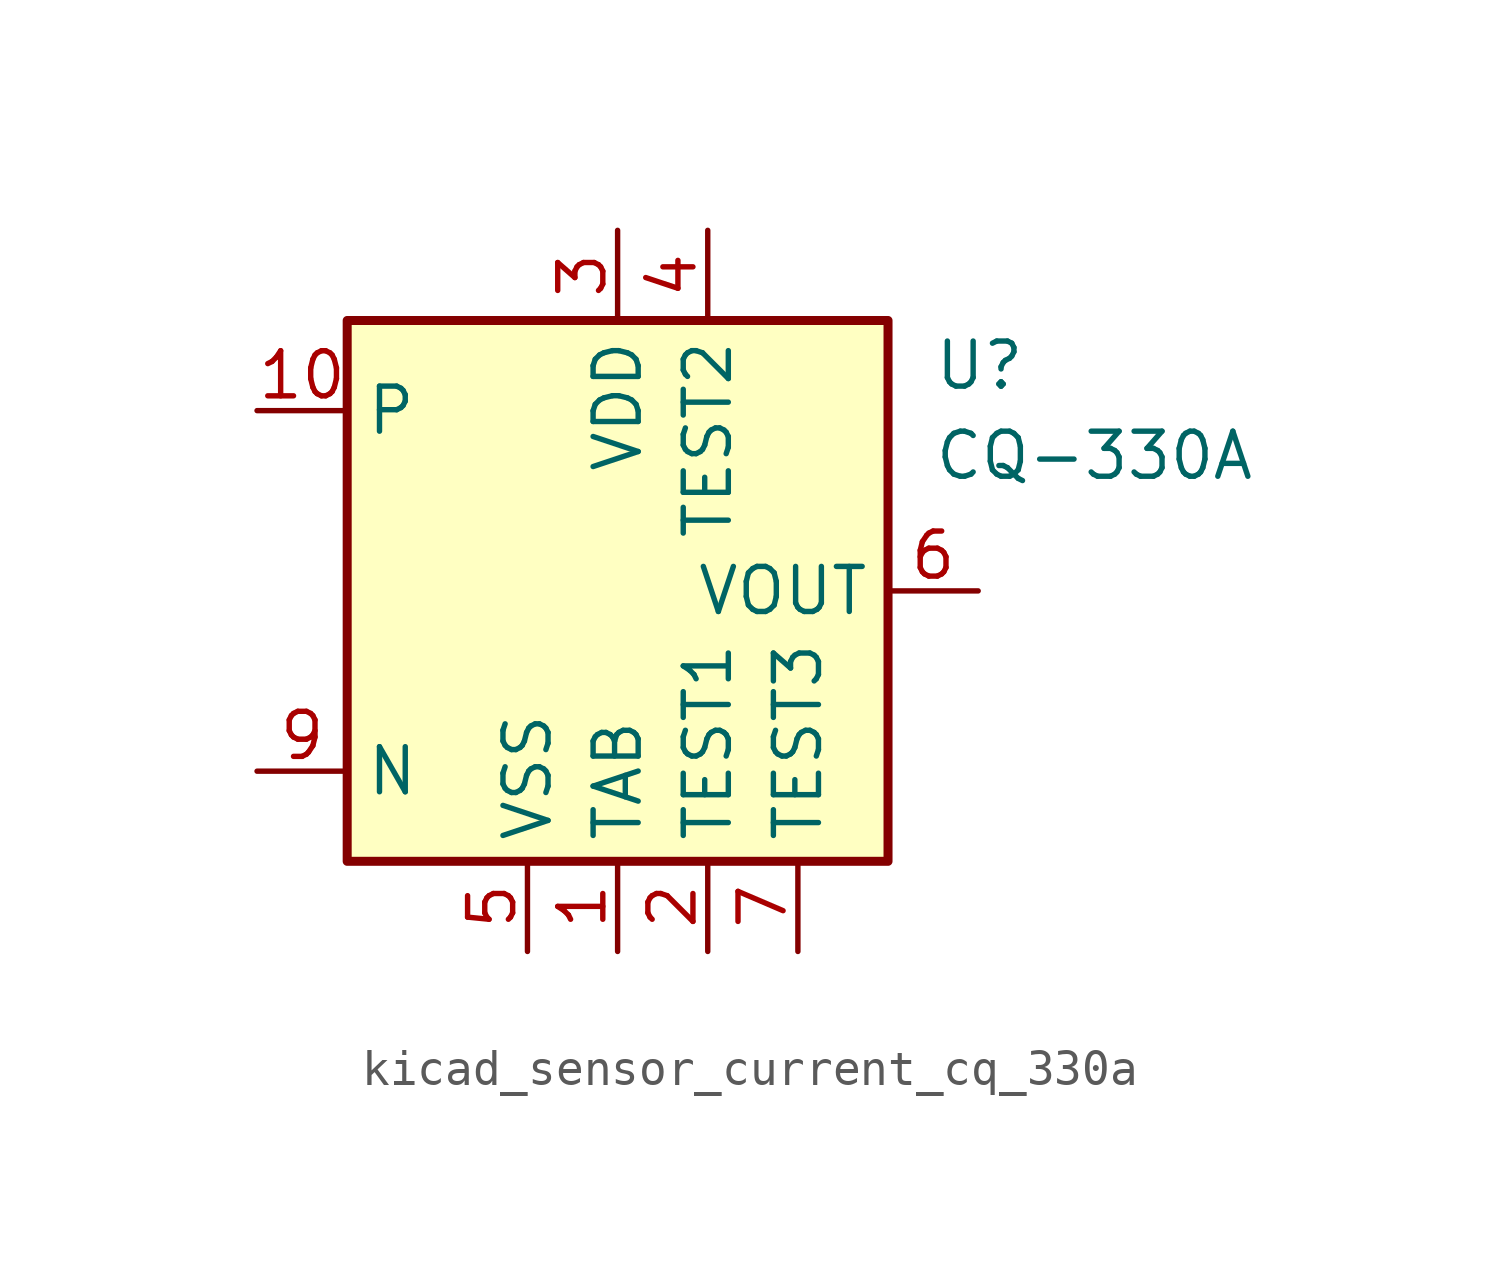
<source format=kicad_sym>
(kicad_symbol_lib
  (version 20220914)
  (generator kicad_symbol_editor)
  (symbol "kicad_sensor_current_cq_330a"
    (property "Reference" "U"
      (at 8.89 6.35 0)
      (effects (font (size 1.27 1.27)) (justify left)))
    (property "Value" "CQ-330A"
      (at 8.89 3.81 0)
      (effects (font (size 1.27 1.27)) (justify left)))
    (symbol "kicad_sensor_current_cq_330a_0_1"
      (rectangle (start -7.62 7.62) (end 7.62 -7.62) (stroke (width 0.254) (type default)) (fill (type background))))
    (symbol "kicad_sensor_current_cq_330a_1_1"
      (pin power_in line (at 0 -10.16 90) (length 2.54) (name "TAB" (effects (font (size 1.27 1.27)))) (number "1" (effects (font (size 1.27 1.27)))))
      (pin passive line (at -10.16 5.08 0) (length 2.54) (name "P" (effects (font (size 1.27 1.27)))) (number "10" (effects (font (size 1.27 1.27)))))
      (pin power_in line (at 2.54 -10.16 90) (length 2.54) (name "TEST1" (effects (font (size 1.27 1.27)))) (number "2" (effects (font (size 1.27 1.27)))))
      (pin power_in line (at 0 10.16 270) (length 2.54) (name "VDD" (effects (font (size 1.27 1.27)))) (number "3" (effects (font (size 1.27 1.27)))))
      (pin power_in line (at 2.54 10.16 270) (length 2.54) (name "TEST2" (effects (font (size 1.27 1.27)))) (number "4" (effects (font (size 1.27 1.27)))))
      (pin power_in line (at -2.54 -10.16 90) (length 2.54) (name "VSS" (effects (font (size 1.27 1.27)))) (number "5" (effects (font (size 1.27 1.27)))))
      (pin output line (at 10.16 0 180) (length 2.54) (name "VOUT" (effects (font (size 1.27 1.27)))) (number "6" (effects (font (size 1.27 1.27)))))
      (pin power_in line (at 5.08 -10.16 90) (length 2.54) (name "TEST3" (effects (font (size 1.27 1.27)))) (number "7" (effects (font (size 1.27 1.27)))))
      (pin passive line (at 0 -10.16 90) (length 2.54) hide (name "TAB" (effects (font (size 1.27 1.27)))) (number "8" (effects (font (size 1.27 1.27)))))
      (pin passive line (at -10.16 -5.08 0) (length 2.54) (name "N" (effects (font (size 1.27 1.27)))) (number "9" (effects (font (size 1.27 1.27))))))))
</source>
